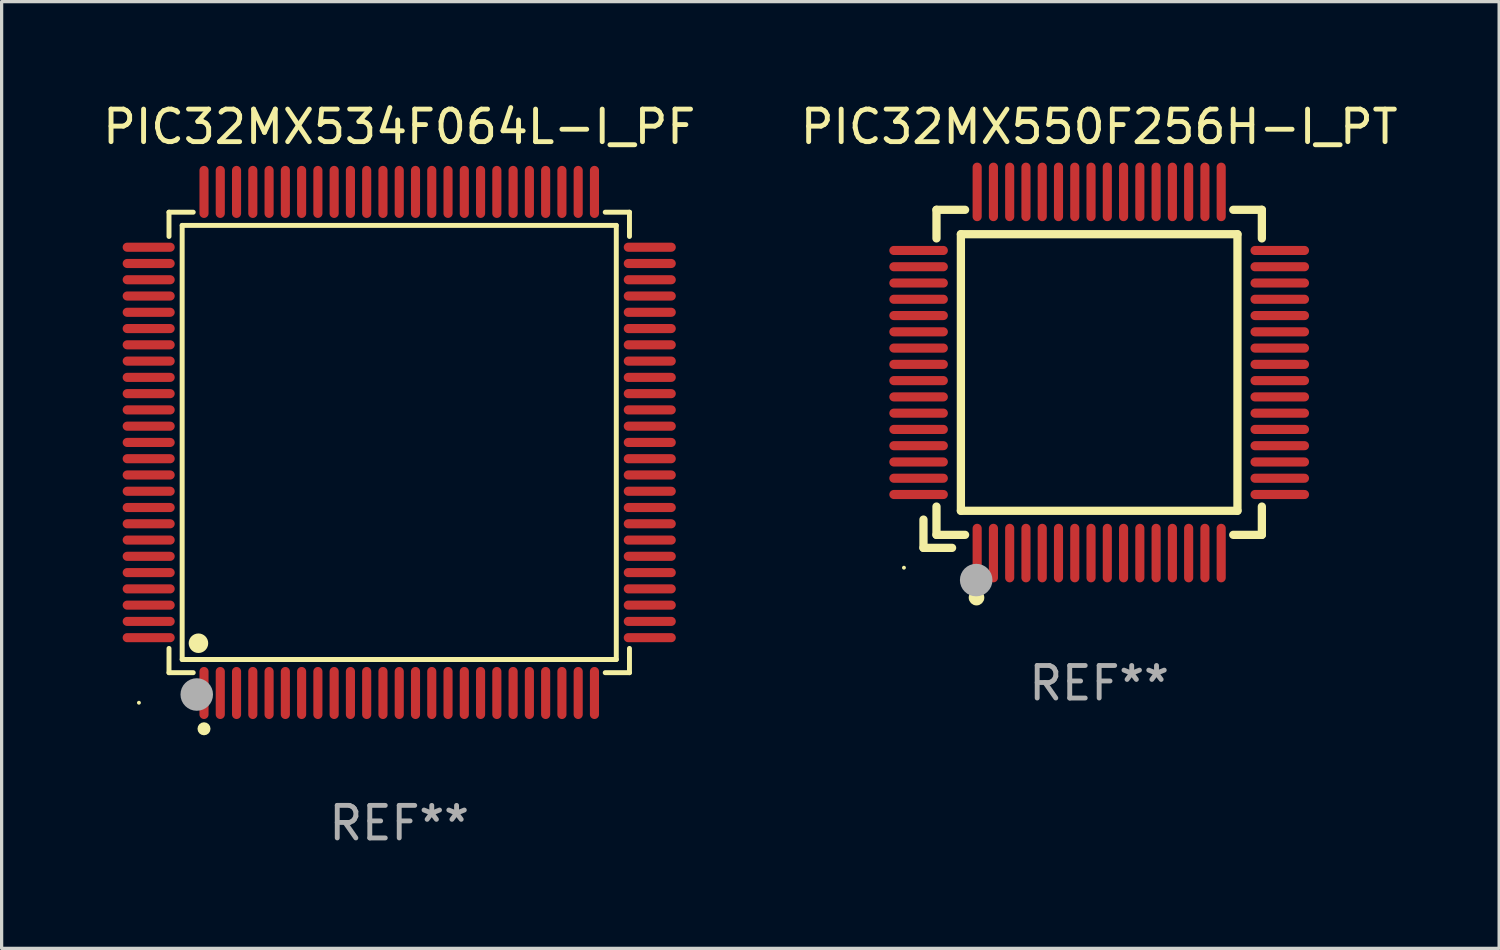
<source format=kicad_pcb>
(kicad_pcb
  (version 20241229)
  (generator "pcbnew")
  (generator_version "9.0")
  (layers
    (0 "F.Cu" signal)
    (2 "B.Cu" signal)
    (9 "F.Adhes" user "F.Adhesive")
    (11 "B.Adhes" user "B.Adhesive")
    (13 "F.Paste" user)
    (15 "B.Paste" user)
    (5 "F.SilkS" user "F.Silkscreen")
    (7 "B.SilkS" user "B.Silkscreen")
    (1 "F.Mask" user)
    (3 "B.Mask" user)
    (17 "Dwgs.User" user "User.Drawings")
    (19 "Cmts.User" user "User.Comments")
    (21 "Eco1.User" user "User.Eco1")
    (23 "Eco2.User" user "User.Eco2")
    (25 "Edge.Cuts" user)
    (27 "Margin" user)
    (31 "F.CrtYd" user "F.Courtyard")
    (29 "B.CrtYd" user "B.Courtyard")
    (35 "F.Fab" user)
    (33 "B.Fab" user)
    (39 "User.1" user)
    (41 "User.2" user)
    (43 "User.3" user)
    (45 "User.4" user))
  (footprint "PIC32MX550F256H-I_PT"
    (layer "F.Cu")
    (at 30.732 8.398)
    (property "Reference" "PIC32MX550F256H-I_PT" (at 0 -7.55 0) (layer "F.SilkS") (effects (font (size 1 1) (thickness 0.15))))
    (attr through_hole)
    (fp_line (start -5.4 4.521) (end -5.4 5.39) (stroke (width 0.254) (type solid)) (layer "F.SilkS"))
    (fp_line (start -5.4 5.39) (end -4.521 5.39) (stroke (width 0.254) (type solid)) (layer "F.SilkS"))
    (fp_line (start -5 -5) (end -5 -4.121) (stroke (width 0.254) (type solid)) (layer "F.SilkS"))
    (fp_line (start -5 4.121) (end -5 4.99) (stroke (width 0.254) (type solid)) (layer "F.SilkS"))
    (fp_line (start -5 4.99) (end -4.121 4.99) (stroke (width 0.254) (type solid)) (layer "F.SilkS"))
    (fp_line (start -4.25 -4.25) (end -4.25 4.25) (stroke (width 0.254) (type solid)) (layer "F.SilkS"))
    (fp_line (start -4.25 4.25) (end 4.25 4.25) (stroke (width 0.254) (type solid)) (layer "F.SilkS"))
    (fp_line (start -4.121 -5) (end -5 -5) (stroke (width 0.254) (type solid)) (layer "F.SilkS"))
    (fp_line (start 4.121 4.99) (end 5 4.99) (stroke (width 0.254) (type solid)) (layer "F.SilkS"))
    (fp_line (start 4.25 -4.25) (end -4.25 -4.25) (stroke (width 0.254) (type solid)) (layer "F.SilkS"))
    (fp_line (start 4.25 4.25) (end 4.25 -4.25) (stroke (width 0.254) (type solid)) (layer "F.SilkS"))
    (fp_line (start 5 -5) (end 4.121 -5) (stroke (width 0.254) (type solid)) (layer "F.SilkS"))
    (fp_line (start 5 -4.121) (end 5 -5) (stroke (width 0.254) (type solid)) (layer "F.SilkS"))
    (fp_line (start 5 4.99) (end 5 4.121) (stroke (width 0.254) (type solid)) (layer "F.SilkS"))
    (fp_circle (center -6 6) (end -5.97 6) (stroke (width 0.06) (type solid)) (fill no) (layer "F.SilkS"))
    (fp_circle (center -3.77 6.92) (end -3.65 6.92) (stroke (width 0.24) (type solid)) (fill no) (layer "F.SilkS"))
    (fp_circle (center -3.78 6.38) (end -3.53 6.38) (stroke (width 0.5) (type solid)) (fill no) (layer "F.Fab"))
    (fp_text user "REF**" (at 0 9.55 0) (layer "F.Fab") (effects (font (size 1 1) (thickness 0.15))))
    (pad "1" smd oval (at -3.75 5.55) (size 0.28 1.8) (layers "F.Cu" "F.Mask" "F.Paste"))
    (pad "2" smd oval (at -3.25 5.55) (size 0.28 1.8) (layers "F.Cu" "F.Mask" "F.Paste"))
    (pad "3" smd oval (at -2.75 5.55) (size 0.28 1.8) (layers "F.Cu" "F.Mask" "F.Paste"))
    (pad "4" smd oval (at -2.25 5.55) (size 0.28 1.8) (layers "F.Cu" "F.Mask" "F.Paste"))
    (pad "5" smd oval (at -1.75 5.55) (size 0.28 1.8) (layers "F.Cu" "F.Mask" "F.Paste"))
    (pad "6" smd oval (at -1.25 5.55) (size 0.28 1.8) (layers "F.Cu" "F.Mask" "F.Paste"))
    (pad "7" smd oval (at -0.75 5.55) (size 0.28 1.8) (layers "F.Cu" "F.Mask" "F.Paste"))
    (pad "8" smd oval (at -0.25 5.55) (size 0.28 1.8) (layers "F.Cu" "F.Mask" "F.Paste"))
    (pad "9" smd oval (at 0.25 5.55) (size 0.28 1.8) (layers "F.Cu" "F.Mask" "F.Paste"))
    (pad "10" smd oval (at 0.75 5.55) (size 0.28 1.8) (layers "F.Cu" "F.Mask" "F.Paste"))
    (pad "11" smd oval (at 1.25 5.55) (size 0.28 1.8) (layers "F.Cu" "F.Mask" "F.Paste"))
    (pad "12" smd oval (at 1.75 5.55) (size 0.28 1.8) (layers "F.Cu" "F.Mask" "F.Paste"))
    (pad "13" smd oval (at 2.25 5.55) (size 0.28 1.8) (layers "F.Cu" "F.Mask" "F.Paste"))
    (pad "14" smd oval (at 2.75 5.55) (size 0.28 1.8) (layers "F.Cu" "F.Mask" "F.Paste"))
    (pad "15" smd oval (at 3.25 5.55) (size 0.28 1.8) (layers "F.Cu" "F.Mask" "F.Paste"))
    (pad "16" smd oval (at 3.75 5.55) (size 0.28 1.8) (layers "F.Cu" "F.Mask" "F.Paste"))
    (pad "17" smd oval (at 5.55 3.75) (size 1.8 0.28) (layers "F.Cu" "F.Mask" "F.Paste"))
    (pad "18" smd oval (at 5.55 3.25) (size 1.8 0.28) (layers "F.Cu" "F.Mask" "F.Paste"))
    (pad "19" smd oval (at 5.55 2.75) (size 1.8 0.28) (layers "F.Cu" "F.Mask" "F.Paste"))
    (pad "20" smd oval (at 5.55 2.25) (size 1.8 0.28) (layers "F.Cu" "F.Mask" "F.Paste"))
    (pad "21" smd oval (at 5.55 1.75) (size 1.8 0.28) (layers "F.Cu" "F.Mask" "F.Paste"))
    (pad "22" smd oval (at 5.55 1.25) (size 1.8 0.28) (layers "F.Cu" "F.Mask" "F.Paste"))
    (pad "23" smd oval (at 5.55 0.75) (size 1.8 0.28) (layers "F.Cu" "F.Mask" "F.Paste"))
    (pad "24" smd oval (at 5.55 0.25) (size 1.8 0.28) (layers "F.Cu" "F.Mask" "F.Paste"))
    (pad "25" smd oval (at 5.55 -0.25) (size 1.8 0.28) (layers "F.Cu" "F.Mask" "F.Paste"))
    (pad "26" smd oval (at 5.55 -0.75) (size 1.8 0.28) (layers "F.Cu" "F.Mask" "F.Paste"))
    (pad "27" smd oval (at 5.55 -1.25) (size 1.8 0.28) (layers "F.Cu" "F.Mask" "F.Paste"))
    (pad "28" smd oval (at 5.55 -1.75) (size 1.8 0.28) (layers "F.Cu" "F.Mask" "F.Paste"))
    (pad "29" smd oval (at 5.55 -2.25) (size 1.8 0.28) (layers "F.Cu" "F.Mask" "F.Paste"))
    (pad "30" smd oval (at 5.55 -2.75) (size 1.8 0.28) (layers "F.Cu" "F.Mask" "F.Paste"))
    (pad "31" smd oval (at 5.55 -3.25) (size 1.8 0.28) (layers "F.Cu" "F.Mask" "F.Paste"))
    (pad "32" smd oval (at 5.55 -3.75) (size 1.8 0.28) (layers "F.Cu" "F.Mask" "F.Paste"))
    (pad "33" smd oval (at 3.75 -5.55) (size 0.28 1.8) (layers "F.Cu" "F.Mask" "F.Paste"))
    (pad "34" smd oval (at 3.25 -5.55) (size 0.28 1.8) (layers "F.Cu" "F.Mask" "F.Paste"))
    (pad "35" smd oval (at 2.75 -5.55) (size 0.28 1.8) (layers "F.Cu" "F.Mask" "F.Paste"))
    (pad "36" smd oval (at 2.25 -5.55) (size 0.28 1.8) (layers "F.Cu" "F.Mask" "F.Paste"))
    (pad "37" smd oval (at 1.75 -5.55) (size 0.28 1.8) (layers "F.Cu" "F.Mask" "F.Paste"))
    (pad "38" smd oval (at 1.25 -5.55) (size 0.28 1.8) (layers "F.Cu" "F.Mask" "F.Paste"))
    (pad "39" smd oval (at 0.75 -5.55) (size 0.28 1.8) (layers "F.Cu" "F.Mask" "F.Paste"))
    (pad "40" smd oval (at 0.25 -5.55) (size 0.28 1.8) (layers "F.Cu" "F.Mask" "F.Paste"))
    (pad "41" smd oval (at -0.25 -5.55) (size 0.28 1.8) (layers "F.Cu" "F.Mask" "F.Paste"))
    (pad "42" smd oval (at -0.75 -5.55) (size 0.28 1.8) (layers "F.Cu" "F.Mask" "F.Paste"))
    (pad "43" smd oval (at -1.25 -5.55) (size 0.28 1.8) (layers "F.Cu" "F.Mask" "F.Paste"))
    (pad "44" smd oval (at -1.75 -5.55) (size 0.28 1.8) (layers "F.Cu" "F.Mask" "F.Paste"))
    (pad "45" smd oval (at -2.25 -5.55) (size 0.28 1.8) (layers "F.Cu" "F.Mask" "F.Paste"))
    (pad "46" smd oval (at -2.75 -5.55) (size 0.28 1.8) (layers "F.Cu" "F.Mask" "F.Paste"))
    (pad "47" smd oval (at -3.25 -5.55) (size 0.28 1.8) (layers "F.Cu" "F.Mask" "F.Paste"))
    (pad "48" smd oval (at -3.75 -5.55) (size 0.28 1.8) (layers "F.Cu" "F.Mask" "F.Paste"))
    (pad "49" smd oval (at -5.55 -3.75) (size 1.8 0.28) (layers "F.Cu" "F.Mask" "F.Paste"))
    (pad "50" smd oval (at -5.55 -3.25) (size 1.8 0.28) (layers "F.Cu" "F.Mask" "F.Paste"))
    (pad "51" smd oval (at -5.55 -2.75) (size 1.8 0.28) (layers "F.Cu" "F.Mask" "F.Paste"))
    (pad "52" smd oval (at -5.55 -2.25) (size 1.8 0.28) (layers "F.Cu" "F.Mask" "F.Paste"))
    (pad "53" smd oval (at -5.55 -1.75) (size 1.8 0.28) (layers "F.Cu" "F.Mask" "F.Paste"))
    (pad "54" smd oval (at -5.55 -1.25) (size 1.8 0.28) (layers "F.Cu" "F.Mask" "F.Paste"))
    (pad "55" smd oval (at -5.55 -0.75) (size 1.8 0.28) (layers "F.Cu" "F.Mask" "F.Paste"))
    (pad "56" smd oval (at -5.55 -0.25) (size 1.8 0.28) (layers "F.Cu" "F.Mask" "F.Paste"))
    (pad "57" smd oval (at -5.55 0.25) (size 1.8 0.28) (layers "F.Cu" "F.Mask" "F.Paste"))
    (pad "58" smd oval (at -5.55 0.75) (size 1.8 0.28) (layers "F.Cu" "F.Mask" "F.Paste"))
    (pad "59" smd oval (at -5.55 1.25) (size 1.8 0.28) (layers "F.Cu" "F.Mask" "F.Paste"))
    (pad "60" smd oval (at -5.55 1.75) (size 1.8 0.28) (layers "F.Cu" "F.Mask" "F.Paste"))
    (pad "61" smd oval (at -5.55 2.25) (size 1.8 0.28) (layers "F.Cu" "F.Mask" "F.Paste"))
    (pad "62" smd oval (at -5.55 2.75) (size 1.8 0.28) (layers "F.Cu" "F.Mask" "F.Paste"))
    (pad "63" smd oval (at -5.55 3.25) (size 1.8 0.28) (layers "F.Cu" "F.Mask" "F.Paste"))
    (pad "64" smd oval (at -5.55 3.75) (size 1.8 0.28) (layers "F.Cu" "F.Mask" "F.Paste")))
  (footprint "PIC32MX534F064L-I_PF"
    (layer "F.Cu")
    (at 9.22 10.548)
    (property "Reference" "PIC32MX534F064L-I_PF" (at 0 -9.7 0) (layer "F.SilkS") (effects (font (size 1 1) (thickness 0.15))))
    (attr through_hole)
    (fp_line (start -7.076 -7.076) (end -6.331 -7.076) (stroke (width 0.152) (type solid)) (layer "F.SilkS"))
    (fp_line (start -7.076 -6.331) (end -7.076 -7.076) (stroke (width 0.152) (type solid)) (layer "F.SilkS"))
    (fp_line (start -7.076 6.331) (end -7.076 7.076) (stroke (width 0.152) (type solid)) (layer "F.SilkS"))
    (fp_line (start -7.076 7.076) (end -6.331 7.076) (stroke (width 0.152) (type solid)) (layer "F.SilkS"))
    (fp_line (start -6.671 -6.671) (end 6.671 -6.671) (stroke (width 0.152) (type solid)) (layer "F.SilkS"))
    (fp_line (start -6.671 6.671) (end -6.671 -6.671) (stroke (width 0.152) (type solid)) (layer "F.SilkS"))
    (fp_line (start 6.671 -6.671) (end 6.671 6.671) (stroke (width 0.152) (type solid)) (layer "F.SilkS"))
    (fp_line (start 6.671 6.671) (end -6.671 6.671) (stroke (width 0.152) (type solid)) (layer "F.SilkS"))
    (fp_line (start 7.076 -7.076) (end 6.331 -7.076) (stroke (width 0.152) (type solid)) (layer "F.SilkS"))
    (fp_line (start 7.076 -6.331) (end 7.076 -7.076) (stroke (width 0.152) (type solid)) (layer "F.SilkS"))
    (fp_line (start 7.076 6.331) (end 7.076 7.076) (stroke (width 0.152) (type solid)) (layer "F.SilkS"))
    (fp_line (start 7.076 7.076) (end 6.331 7.076) (stroke (width 0.152) (type solid)) (layer "F.SilkS"))
    (fp_circle (center -8 8) (end -7.97 8) (stroke (width 0.06) (type solid)) (fill no) (layer "F.SilkS"))
    (fp_circle (center -6.171 6.171) (end -6.021 6.171) (stroke (width 0.3) (type solid)) (fill no) (layer "F.SilkS"))
    (fp_circle (center -6 8.8) (end -5.9 8.8) (stroke (width 0.2) (type solid)) (fill no) (layer "F.SilkS"))
    (fp_circle (center -6.223 7.747) (end -5.973 7.747) (stroke (width 0.5) (type solid)) (fill no) (layer "F.Fab"))
    (fp_text user "REF**" (at 0 11.7 0) (layer "F.Fab") (effects (font (size 1 1) (thickness 0.15))))
    (pad "1" smd oval (at -6 7.7) (size 0.28 1.6) (layers "F.Cu" "F.Mask" "F.Paste"))
    (pad "2" smd oval (at -5.5 7.7) (size 0.28 1.6) (layers "F.Cu" "F.Mask" "F.Paste"))
    (pad "3" smd oval (at -5 7.7) (size 0.28 1.6) (layers "F.Cu" "F.Mask" "F.Paste"))
    (pad "4" smd oval (at -4.5 7.7) (size 0.28 1.6) (layers "F.Cu" "F.Mask" "F.Paste"))
    (pad "5" smd oval (at -4 7.7) (size 0.28 1.6) (layers "F.Cu" "F.Mask" "F.Paste"))
    (pad "6" smd oval (at -3.5 7.7) (size 0.28 1.6) (layers "F.Cu" "F.Mask" "F.Paste"))
    (pad "7" smd oval (at -3 7.7) (size 0.28 1.6) (layers "F.Cu" "F.Mask" "F.Paste"))
    (pad "8" smd oval (at -2.5 7.7) (size 0.28 1.6) (layers "F.Cu" "F.Mask" "F.Paste"))
    (pad "9" smd oval (at -2 7.7) (size 0.28 1.6) (layers "F.Cu" "F.Mask" "F.Paste"))
    (pad "10" smd oval (at -1.5 7.7) (size 0.28 1.6) (layers "F.Cu" "F.Mask" "F.Paste"))
    (pad "11" smd oval (at -1 7.7) (size 0.28 1.6) (layers "F.Cu" "F.Mask" "F.Paste"))
    (pad "12" smd oval (at -0.5 7.7) (size 0.28 1.6) (layers "F.Cu" "F.Mask" "F.Paste"))
    (pad "13" smd oval (at 0 7.7) (size 0.28 1.6) (layers "F.Cu" "F.Mask" "F.Paste"))
    (pad "14" smd oval (at 0.5 7.7) (size 0.28 1.6) (layers "F.Cu" "F.Mask" "F.Paste"))
    (pad "15" smd oval (at 1 7.7) (size 0.28 1.6) (layers "F.Cu" "F.Mask" "F.Paste"))
    (pad "16" smd oval (at 1.5 7.7) (size 0.28 1.6) (layers "F.Cu" "F.Mask" "F.Paste"))
    (pad "17" smd oval (at 2 7.7) (size 0.28 1.6) (layers "F.Cu" "F.Mask" "F.Paste"))
    (pad "18" smd oval (at 2.5 7.7) (size 0.28 1.6) (layers "F.Cu" "F.Mask" "F.Paste"))
    (pad "19" smd oval (at 3 7.7) (size 0.28 1.6) (layers "F.Cu" "F.Mask" "F.Paste"))
    (pad "20" smd oval (at 3.5 7.7) (size 0.28 1.6) (layers "F.Cu" "F.Mask" "F.Paste"))
    (pad "21" smd oval (at 4 7.7) (size 0.28 1.6) (layers "F.Cu" "F.Mask" "F.Paste"))
    (pad "22" smd oval (at 4.5 7.7) (size 0.28 1.6) (layers "F.Cu" "F.Mask" "F.Paste"))
    (pad "23" smd oval (at 5 7.7) (size 0.28 1.6) (layers "F.Cu" "F.Mask" "F.Paste"))
    (pad "24" smd oval (at 5.5 7.7) (size 0.28 1.6) (layers "F.Cu" "F.Mask" "F.Paste"))
    (pad "25" smd oval (at 6 7.7) (size 0.28 1.6) (layers "F.Cu" "F.Mask" "F.Paste"))
    (pad "26" smd oval (at 7.7 6) (size 1.6 0.28) (layers "F.Cu" "F.Mask" "F.Paste"))
    (pad "27" smd oval (at 7.7 5.5) (size 1.6 0.28) (layers "F.Cu" "F.Mask" "F.Paste"))
    (pad "28" smd oval (at 7.7 5) (size 1.6 0.28) (layers "F.Cu" "F.Mask" "F.Paste"))
    (pad "29" smd oval (at 7.7 4.5) (size 1.6 0.28) (layers "F.Cu" "F.Mask" "F.Paste"))
    (pad "30" smd oval (at 7.7 4) (size 1.6 0.28) (layers "F.Cu" "F.Mask" "F.Paste"))
    (pad "31" smd oval (at 7.7 3.5) (size 1.6 0.28) (layers "F.Cu" "F.Mask" "F.Paste"))
    (pad "32" smd oval (at 7.7 3) (size 1.6 0.28) (layers "F.Cu" "F.Mask" "F.Paste"))
    (pad "33" smd oval (at 7.7 2.5) (size 1.6 0.28) (layers "F.Cu" "F.Mask" "F.Paste"))
    (pad "34" smd oval (at 7.7 2) (size 1.6 0.28) (layers "F.Cu" "F.Mask" "F.Paste"))
    (pad "35" smd oval (at 7.7 1.5) (size 1.6 0.28) (layers "F.Cu" "F.Mask" "F.Paste"))
    (pad "36" smd oval (at 7.7 1) (size 1.6 0.28) (layers "F.Cu" "F.Mask" "F.Paste"))
    (pad "37" smd oval (at 7.7 0.5) (size 1.6 0.28) (layers "F.Cu" "F.Mask" "F.Paste"))
    (pad "38" smd oval (at 7.7 0) (size 1.6 0.28) (layers "F.Cu" "F.Mask" "F.Paste"))
    (pad "39" smd oval (at 7.7 -0.5) (size 1.6 0.28) (layers "F.Cu" "F.Mask" "F.Paste"))
    (pad "40" smd oval (at 7.7 -1) (size 1.6 0.28) (layers "F.Cu" "F.Mask" "F.Paste"))
    (pad "41" smd oval (at 7.7 -1.5) (size 1.6 0.28) (layers "F.Cu" "F.Mask" "F.Paste"))
    (pad "42" smd oval (at 7.7 -2) (size 1.6 0.28) (layers "F.Cu" "F.Mask" "F.Paste"))
    (pad "43" smd oval (at 7.7 -2.5) (size 1.6 0.28) (layers "F.Cu" "F.Mask" "F.Paste"))
    (pad "44" smd oval (at 7.7 -3) (size 1.6 0.28) (layers "F.Cu" "F.Mask" "F.Paste"))
    (pad "45" smd oval (at 7.7 -3.5) (size 1.6 0.28) (layers "F.Cu" "F.Mask" "F.Paste"))
    (pad "46" smd oval (at 7.7 -4) (size 1.6 0.28) (layers "F.Cu" "F.Mask" "F.Paste"))
    (pad "47" smd oval (at 7.7 -4.5) (size 1.6 0.28) (layers "F.Cu" "F.Mask" "F.Paste"))
    (pad "48" smd oval (at 7.7 -5) (size 1.6 0.28) (layers "F.Cu" "F.Mask" "F.Paste"))
    (pad "49" smd oval (at 7.7 -5.5) (size 1.6 0.28) (layers "F.Cu" "F.Mask" "F.Paste"))
    (pad "50" smd oval (at 7.7 -6) (size 1.6 0.28) (layers "F.Cu" "F.Mask" "F.Paste"))
    (pad "51" smd oval (at 6 -7.7) (size 0.28 1.6) (layers "F.Cu" "F.Mask" "F.Paste"))
    (pad "52" smd oval (at 5.5 -7.7) (size 0.28 1.6) (layers "F.Cu" "F.Mask" "F.Paste"))
    (pad "53" smd oval (at 5 -7.7) (size 0.28 1.6) (layers "F.Cu" "F.Mask" "F.Paste"))
    (pad "54" smd oval (at 4.5 -7.7) (size 0.28 1.6) (layers "F.Cu" "F.Mask" "F.Paste"))
    (pad "55" smd oval (at 4 -7.7) (size 0.28 1.6) (layers "F.Cu" "F.Mask" "F.Paste"))
    (pad "56" smd oval (at 3.5 -7.7) (size 0.28 1.6) (layers "F.Cu" "F.Mask" "F.Paste"))
    (pad "57" smd oval (at 3 -7.7) (size 0.28 1.6) (layers "F.Cu" "F.Mask" "F.Paste"))
    (pad "58" smd oval (at 2.5 -7.7) (size 0.28 1.6) (layers "F.Cu" "F.Mask" "F.Paste"))
    (pad "59" smd oval (at 2 -7.7) (size 0.28 1.6) (layers "F.Cu" "F.Mask" "F.Paste"))
    (pad "60" smd oval (at 1.5 -7.7) (size 0.28 1.6) (layers "F.Cu" "F.Mask" "F.Paste"))
    (pad "61" smd oval (at 1 -7.7) (size 0.28 1.6) (layers "F.Cu" "F.Mask" "F.Paste"))
    (pad "62" smd oval (at 0.5 -7.7) (size 0.28 1.6) (layers "F.Cu" "F.Mask" "F.Paste"))
    (pad "63" smd oval (at 0 -7.7) (size 0.28 1.6) (layers "F.Cu" "F.Mask" "F.Paste"))
    (pad "64" smd oval (at -0.5 -7.7) (size 0.28 1.6) (layers "F.Cu" "F.Mask" "F.Paste"))
    (pad "65" smd oval (at -1 -7.7) (size 0.28 1.6) (layers "F.Cu" "F.Mask" "F.Paste"))
    (pad "66" smd oval (at -1.5 -7.7) (size 0.28 1.6) (layers "F.Cu" "F.Mask" "F.Paste"))
    (pad "67" smd oval (at -2 -7.7) (size 0.28 1.6) (layers "F.Cu" "F.Mask" "F.Paste"))
    (pad "68" smd oval (at -2.5 -7.7) (size 0.28 1.6) (layers "F.Cu" "F.Mask" "F.Paste"))
    (pad "69" smd oval (at -3 -7.7) (size 0.28 1.6) (layers "F.Cu" "F.Mask" "F.Paste"))
    (pad "70" smd oval (at -3.5 -7.7) (size 0.28 1.6) (layers "F.Cu" "F.Mask" "F.Paste"))
    (pad "71" smd oval (at -4 -7.7) (size 0.28 1.6) (layers "F.Cu" "F.Mask" "F.Paste"))
    (pad "72" smd oval (at -4.5 -7.7) (size 0.28 1.6) (layers "F.Cu" "F.Mask" "F.Paste"))
    (pad "73" smd oval (at -5 -7.7) (size 0.28 1.6) (layers "F.Cu" "F.Mask" "F.Paste"))
    (pad "74" smd oval (at -5.5 -7.7) (size 0.28 1.6) (layers "F.Cu" "F.Mask" "F.Paste"))
    (pad "75" smd oval (at -6 -7.7) (size 0.28 1.6) (layers "F.Cu" "F.Mask" "F.Paste"))
    (pad "76" smd oval (at -7.7 -6) (size 1.6 0.28) (layers "F.Cu" "F.Mask" "F.Paste"))
    (pad "77" smd oval (at -7.7 -5.5) (size 1.6 0.28) (layers "F.Cu" "F.Mask" "F.Paste"))
    (pad "78" smd oval (at -7.7 -5) (size 1.6 0.28) (layers "F.Cu" "F.Mask" "F.Paste"))
    (pad "79" smd oval (at -7.7 -4.5) (size 1.6 0.28) (layers "F.Cu" "F.Mask" "F.Paste"))
    (pad "80" smd oval (at -7.7 -4) (size 1.6 0.28) (layers "F.Cu" "F.Mask" "F.Paste"))
    (pad "81" smd oval (at -7.7 -3.5) (size 1.6 0.28) (layers "F.Cu" "F.Mask" "F.Paste"))
    (pad "82" smd oval (at -7.7 -3) (size 1.6 0.28) (layers "F.Cu" "F.Mask" "F.Paste"))
    (pad "83" smd oval (at -7.7 -2.5) (size 1.6 0.28) (layers "F.Cu" "F.Mask" "F.Paste"))
    (pad "84" smd oval (at -7.7 -2) (size 1.6 0.28) (layers "F.Cu" "F.Mask" "F.Paste"))
    (pad "85" smd oval (at -7.7 -1.5) (size 1.6 0.28) (layers "F.Cu" "F.Mask" "F.Paste"))
    (pad "86" smd oval (at -7.7 -1) (size 1.6 0.28) (layers "F.Cu" "F.Mask" "F.Paste"))
    (pad "87" smd oval (at -7.7 -0.5) (size 1.6 0.28) (layers "F.Cu" "F.Mask" "F.Paste"))
    (pad "88" smd oval (at -7.7 0) (size 1.6 0.28) (layers "F.Cu" "F.Mask" "F.Paste"))
    (pad "89" smd oval (at -7.7 0.5) (size 1.6 0.28) (layers "F.Cu" "F.Mask" "F.Paste"))
    (pad "90" smd oval (at -7.7 1) (size 1.6 0.28) (layers "F.Cu" "F.Mask" "F.Paste"))
    (pad "91" smd oval (at -7.7 1.5) (size 1.6 0.28) (layers "F.Cu" "F.Mask" "F.Paste"))
    (pad "92" smd oval (at -7.7 2) (size 1.6 0.28) (layers "F.Cu" "F.Mask" "F.Paste"))
    (pad "93" smd oval (at -7.7 2.5) (size 1.6 0.28) (layers "F.Cu" "F.Mask" "F.Paste"))
    (pad "94" smd oval (at -7.7 3) (size 1.6 0.28) (layers "F.Cu" "F.Mask" "F.Paste"))
    (pad "95" smd oval (at -7.7 3.5) (size 1.6 0.28) (layers "F.Cu" "F.Mask" "F.Paste"))
    (pad "96" smd oval (at -7.7 4) (size 1.6 0.28) (layers "F.Cu" "F.Mask" "F.Paste"))
    (pad "97" smd oval (at -7.7 4.5) (size 1.6 0.28) (layers "F.Cu" "F.Mask" "F.Paste"))
    (pad "98" smd oval (at -7.7 5) (size 1.6 0.28) (layers "F.Cu" "F.Mask" "F.Paste"))
    (pad "99" smd oval (at -7.7 5.5) (size 1.6 0.28) (layers "F.Cu" "F.Mask" "F.Paste"))
    (pad "100" smd oval (at -7.7 6) (size 1.6 0.28) (layers "F.Cu" "F.Mask" "F.Paste")))
  (gr_rect
    (start -3 -3)
    (end 43.024 26.097)
    (stroke (width 0.1) (type default))
    (fill no)
    (layer "Edge.Cuts")))
</source>
